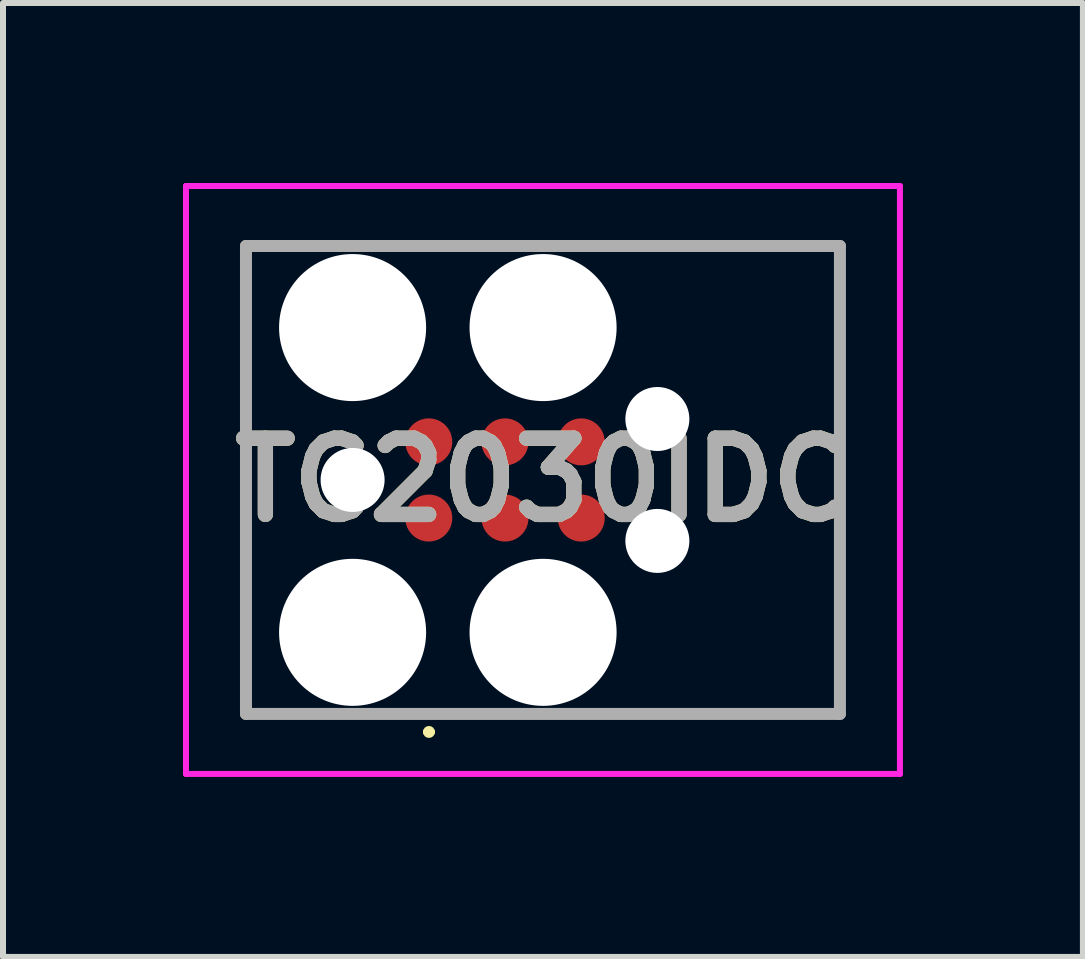
<source format=kicad_pcb>
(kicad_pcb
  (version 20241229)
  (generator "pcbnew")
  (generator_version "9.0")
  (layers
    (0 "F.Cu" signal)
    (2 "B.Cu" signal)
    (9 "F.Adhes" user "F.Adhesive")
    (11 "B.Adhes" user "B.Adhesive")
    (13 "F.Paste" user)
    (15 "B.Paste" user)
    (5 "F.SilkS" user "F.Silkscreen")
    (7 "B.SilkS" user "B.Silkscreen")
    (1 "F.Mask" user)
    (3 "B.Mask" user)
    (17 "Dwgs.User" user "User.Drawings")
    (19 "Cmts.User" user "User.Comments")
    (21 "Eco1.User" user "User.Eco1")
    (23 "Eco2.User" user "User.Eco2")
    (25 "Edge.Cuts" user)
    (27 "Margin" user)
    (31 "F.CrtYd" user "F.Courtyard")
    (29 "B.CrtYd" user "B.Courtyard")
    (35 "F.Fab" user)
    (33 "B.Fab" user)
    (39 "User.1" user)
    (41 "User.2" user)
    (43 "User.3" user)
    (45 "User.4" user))
  (footprint "TC2030IDC"
    (layer "F.Cu")
    (at 5.05 4.95)
    (property "Reference" "TC2030IDC" (at 0.95 0 0) (layer "F.SilkS") (effects (font (size 1.27 1.27) (thickness 0.254))))
    (attr through_hole)
    (fp_line (start -4 -3.9) (end 5.9 -3.9) (stroke (width 0.1) (type solid)) (layer "F.SilkS"))
    (fp_line (start -4 3.9) (end -4 -3.9) (stroke (width 0.1) (type solid)) (layer "F.SilkS"))
    (fp_line (start -1 4.2) (end -1 4.2) (stroke (width 0.1) (type solid)) (layer "F.SilkS"))
    (fp_line (start -0.9 4.2) (end -0.9 4.2) (stroke (width 0.1) (type solid)) (layer "F.SilkS"))
    (fp_line (start 5.9 -3.9) (end 5.9 3.9) (stroke (width 0.1) (type solid)) (layer "F.SilkS"))
    (fp_line (start 5.9 3.9) (end -4 3.9) (stroke (width 0.1) (type solid)) (layer "F.SilkS"))
    (fp_arc (start -1 4.2) (mid -0.95 4.15) (end -0.9 4.2) (stroke (width 0.1) (type solid)) (layer "F.SilkS"))
    (fp_arc (start -0.9 4.2) (mid -0.95 4.25) (end -1 4.2) (stroke (width 0.1) (type solid)) (layer "F.SilkS"))
    (fp_line (start -5 -4.9) (end 6.9 -4.9) (stroke (width 0.1) (type solid)) (layer "F.CrtYd"))
    (fp_line (start -5 4.9) (end -5 -4.9) (stroke (width 0.1) (type solid)) (layer "F.CrtYd"))
    (fp_line (start 6.9 -4.9) (end 6.9 4.9) (stroke (width 0.1) (type solid)) (layer "F.CrtYd"))
    (fp_line (start 6.9 4.9) (end -5 4.9) (stroke (width 0.1) (type solid)) (layer "F.CrtYd"))
    (fp_line (start -4 -3.9) (end 5.9 -3.9) (stroke (width 0.2) (type solid)) (layer "F.Fab"))
    (fp_line (start -4 3.9) (end -4 -3.9) (stroke (width 0.2) (type solid)) (layer "F.Fab"))
    (fp_line (start 5.9 -3.9) (end 5.9 3.9) (stroke (width 0.2) (type solid)) (layer "F.Fab"))
    (fp_line (start 5.9 3.9) (end -4 3.9) (stroke (width 0.2) (type solid)) (layer "F.Fab"))
    (fp_text user "${REFERENCE}" (at 0.95 0 0) (layer "F.Fab") (effects (font (size 1.27 1.27) (thickness 0.254))))
    (pad "" np_thru_hole circle (at -2.223 -2.54) (size 2.451 2.451) (drill 2.451) (layers "*.Cu" "*.Mask"))
    (pad "" np_thru_hole circle (at -2.223 0) (size 1.067 1.067) (drill 1.067) (layers "*.Cu" "*.Mask"))
    (pad "" np_thru_hole circle (at -2.223 2.54) (size 2.451 2.451) (drill 2.451) (layers "*.Cu" "*.Mask"))
    (pad "" np_thru_hole circle (at 0.952 -2.54) (size 2.451 2.451) (drill 2.451) (layers "*.Cu" "*.Mask"))
    (pad "" np_thru_hole circle (at 0.952 2.54) (size 2.451 2.451) (drill 2.451) (layers "*.Cu" "*.Mask"))
    (pad "" np_thru_hole circle (at 2.857 -1.016) (size 1.067 1.067) (drill 1.067) (layers "*.Cu" "*.Mask"))
    (pad "" np_thru_hole circle (at 2.857 1.016) (size 1.067 1.067) (drill 1.067) (layers "*.Cu" "*.Mask"))
    (pad "1" smd circle (at -0.953 0.635 90) (size 0.783 0.783) (layers "F.Cu" "F.Mask" "F.Paste"))
    (pad "2" smd circle (at -0.953 -0.635 90) (size 0.783 0.783) (layers "F.Cu" "F.Mask" "F.Paste"))
    (pad "3" smd circle (at 0.317 0.635 90) (size 0.783 0.783) (layers "F.Cu" "F.Mask" "F.Paste"))
    (pad "4" smd circle (at 0.317 -0.635 90) (size 0.783 0.783) (layers "F.Cu" "F.Mask" "F.Paste"))
    (pad "5" smd circle (at 1.588 0.635 90) (size 0.783 0.783) (layers "F.Cu" "F.Mask" "F.Paste"))
    (pad "6" smd circle (at 1.588 -0.635 90) (size 0.783 0.783) (layers "F.Cu" "F.Mask" "F.Paste")))
  (gr_rect
    (start -3 -3)
    (end 15 12.9)
    (stroke (width 0.1) (type default))
    (fill no)
    (layer "Edge.Cuts")))
</source>
